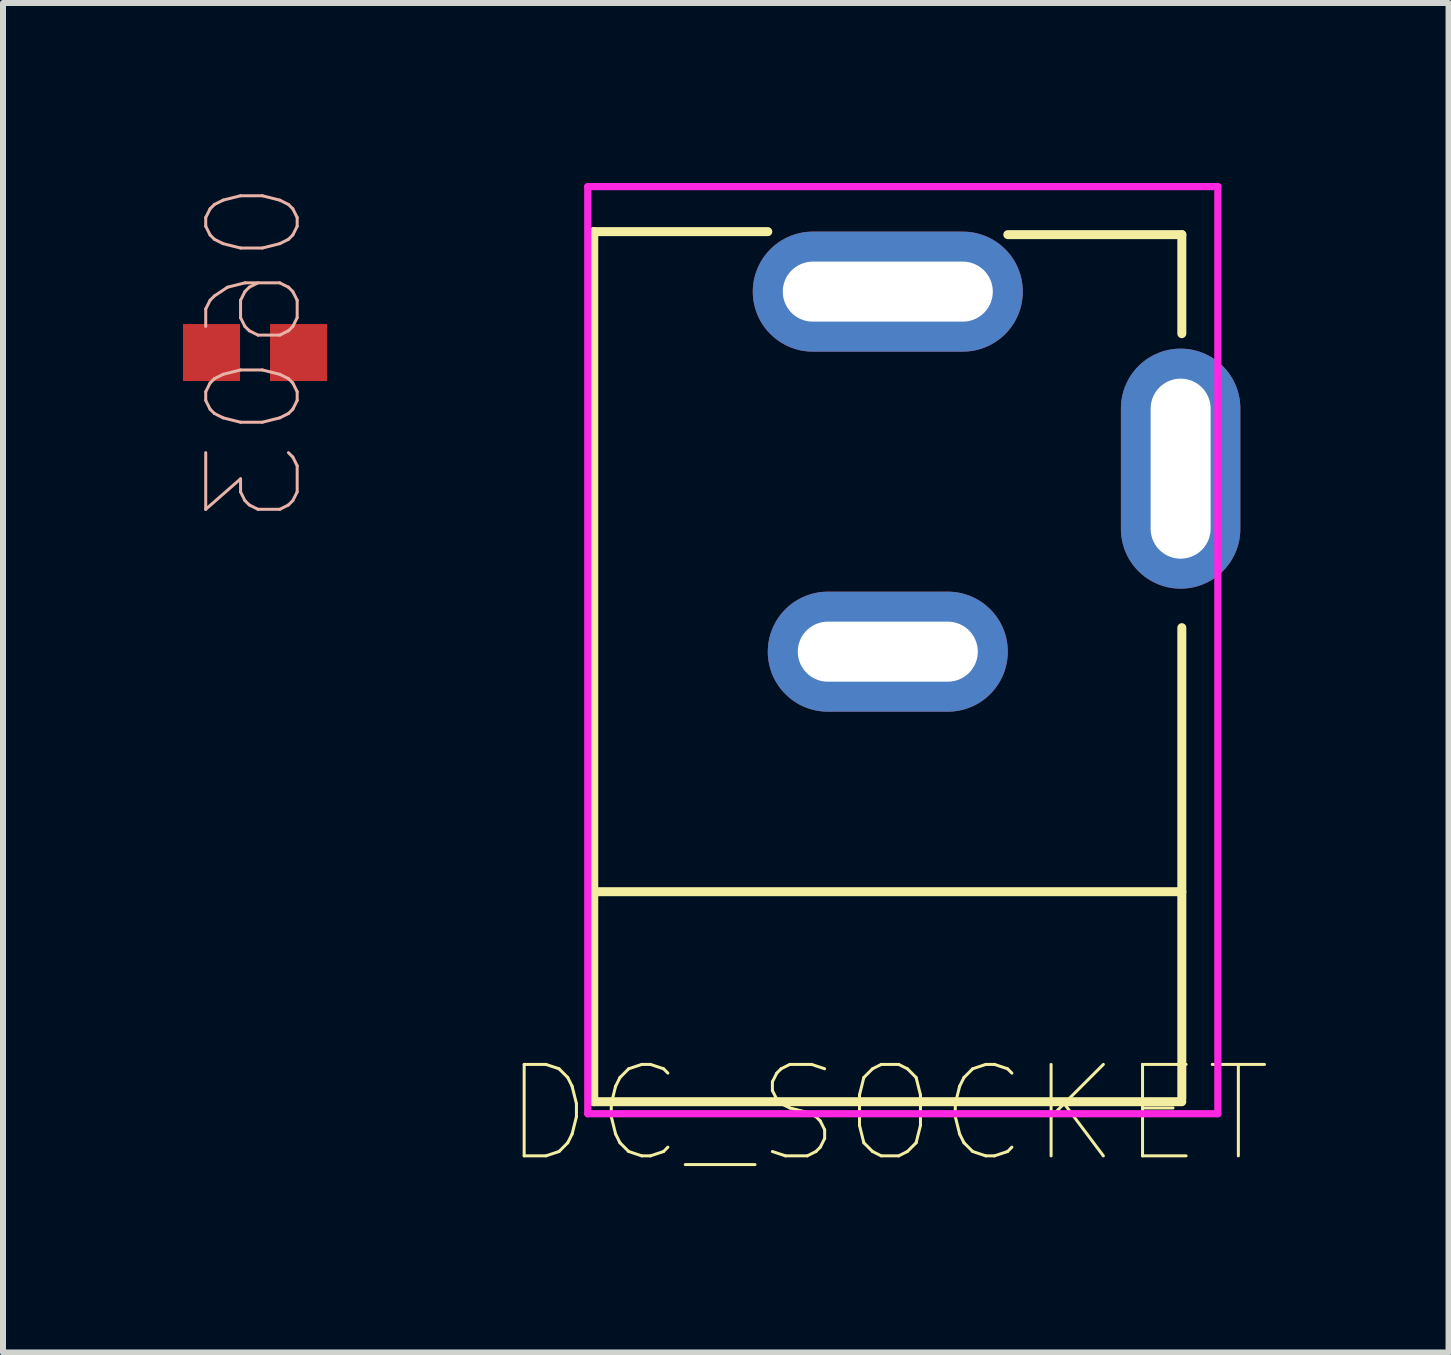
<source format=kicad_pcb>
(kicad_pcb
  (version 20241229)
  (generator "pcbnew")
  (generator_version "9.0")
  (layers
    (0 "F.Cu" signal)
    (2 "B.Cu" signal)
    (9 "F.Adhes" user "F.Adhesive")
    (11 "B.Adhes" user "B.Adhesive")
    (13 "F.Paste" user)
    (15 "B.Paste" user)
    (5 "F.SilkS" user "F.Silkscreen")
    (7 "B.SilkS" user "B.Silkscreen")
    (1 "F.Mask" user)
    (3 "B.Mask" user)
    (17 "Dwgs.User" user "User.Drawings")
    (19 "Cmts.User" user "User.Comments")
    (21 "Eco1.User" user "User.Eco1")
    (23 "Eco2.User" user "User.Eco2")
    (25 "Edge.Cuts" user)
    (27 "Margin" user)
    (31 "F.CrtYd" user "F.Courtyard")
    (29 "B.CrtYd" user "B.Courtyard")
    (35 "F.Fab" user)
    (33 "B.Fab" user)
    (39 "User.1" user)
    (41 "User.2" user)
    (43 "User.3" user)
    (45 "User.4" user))
  (footprint "0603"
    (layer "F.Cu")
    (at 1.2 2.825)
    (property "Reference" "0603" (at 0 0 270) (layer "B.SilkS") (effects (font (size 1.524 1.524) (thickness 0.05)) (justify mirror)))
    (attr smd)
    (pad "1" smd rect (at -0.725 0 90) (size 0.95 0.95) (layers "F.Cu" "F.Mask" "F.Paste"))
    (pad "2" smd rect (at 0.725 0 90) (size 0.95 0.95) (layers "F.Cu" "F.Mask" "F.Paste")))
  (footprint "DC_SOCKET"
    (layer "F.Cu")
    (at 11.745 15.51)
    (property "Reference" "DC_SOCKET" (at 0 0 0) (layer "F.SilkS") (effects (font (size 1.524 1.524) (thickness 0.05))))
    (attr through_hole)
    (fp_line (start -4.9 -14.7) (end -2 -14.7) (stroke (width 0.15) (type solid)) (layer "F.SilkS"))
    (fp_line (start -4.9 -3.7) (end 4.9 -3.7) (stroke (width 0.15) (type solid)) (layer "F.SilkS"))
    (fp_line (start -4.9 -0.2) (end -4.9 -14.7) (stroke (width 0.15) (type solid)) (layer "F.SilkS"))
    (fp_line (start -4.9 -0.2) (end 4.9 -0.2) (stroke (width 0.15) (type solid)) (layer "F.SilkS"))
    (fp_line (start 2 -14.65) (end 4.9 -14.65) (stroke (width 0.15) (type solid)) (layer "F.SilkS"))
    (fp_line (start 4.9 -14.65) (end 4.9 -13) (stroke (width 0.15) (type solid)) (layer "F.SilkS"))
    (fp_line (start 4.9 -0.25) (end 4.9 -8.1) (stroke (width 0.15) (type solid)) (layer "F.SilkS"))
    (fp_line (start -5 -15.45) (end 5.5 -15.45) (stroke (width 0.12) (type solid)) (layer "F.CrtYd"))
    (fp_line (start -5 0) (end -5 -15.45) (stroke (width 0.12) (type solid)) (layer "F.CrtYd"))
    (fp_line (start 5.5 -15.45) (end 5.5 0) (stroke (width 0.12) (type solid)) (layer "F.CrtYd"))
    (fp_line (start 5.5 0) (end -5 0) (stroke (width 0.12) (type solid)) (layer "F.CrtYd"))
    (pad "1" thru_hole oval (at 0 -13.7 270) (size 2 4.5) (drill oval 1 3.5) (layers "*.Cu" "*.Mask"))
    (pad "2" thru_hole oval (at 4.88 -10.75 180) (size 1.99 4) (drill oval 1 3) (layers "*.Cu" "*.Mask"))
    (pad "3" thru_hole oval (at 0 -7.7 90) (size 2 4) (drill oval 1 3) (layers "*.Cu" "*.Mask")))
  (gr_rect
    (start -3 -3)
    (end 21.09 19.489)
    (stroke (width 0.1) (type default))
    (fill no)
    (layer "Edge.Cuts")))
</source>
